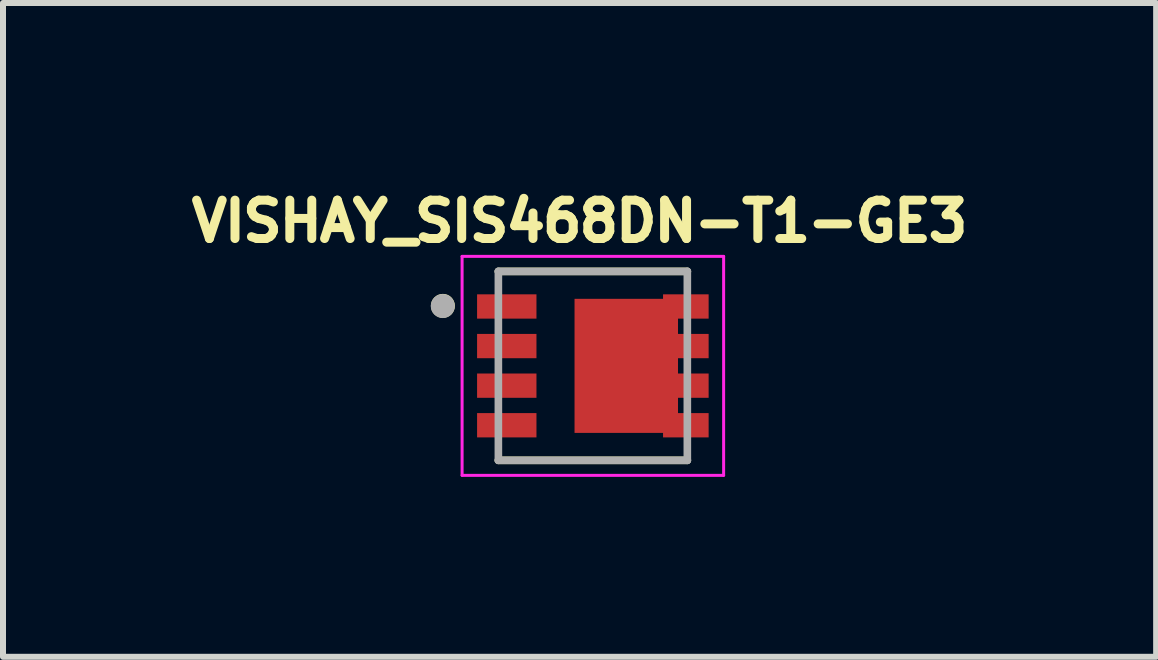
<source format=kicad_pcb>
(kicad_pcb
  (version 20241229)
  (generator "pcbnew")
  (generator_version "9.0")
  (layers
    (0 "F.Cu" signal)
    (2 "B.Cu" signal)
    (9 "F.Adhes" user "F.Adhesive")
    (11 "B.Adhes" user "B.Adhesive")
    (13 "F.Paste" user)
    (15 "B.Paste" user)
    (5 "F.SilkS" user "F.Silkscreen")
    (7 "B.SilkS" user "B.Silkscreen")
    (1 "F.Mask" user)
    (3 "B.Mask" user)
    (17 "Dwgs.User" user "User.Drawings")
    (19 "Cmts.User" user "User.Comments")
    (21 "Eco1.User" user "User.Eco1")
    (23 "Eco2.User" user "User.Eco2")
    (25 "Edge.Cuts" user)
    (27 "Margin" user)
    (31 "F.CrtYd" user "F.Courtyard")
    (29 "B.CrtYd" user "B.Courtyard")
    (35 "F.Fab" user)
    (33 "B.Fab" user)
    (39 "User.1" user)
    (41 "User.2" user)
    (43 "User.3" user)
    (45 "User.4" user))
  (footprint "VISHAY_SIS468DN-T1-GE3"
    (layer "F.Cu")
    (at 6.833 3.049)
    (property "Reference" "VISHAY_SIS468DN-T1-GE3" (at -0.221 -2.411 0) (layer "F.SilkS") (effects (font (size 0.64 0.64) (thickness 0.15))))
    (attr through_hole)
    (fp_line (start -1.575 -1.575) (end 1.575 -1.575) (stroke (width 0.127) (type solid)) (layer "F.SilkS"))
    (fp_line (start -1.575 1.575) (end 1.575 1.575) (stroke (width 0.127) (type solid)) (layer "F.SilkS"))
    (fp_circle (center -2.5 -1) (end -2.4 -1) (stroke (width 0.2) (type solid)) (fill no) (layer "F.SilkS"))
    (fp_line (start -2.18 -1.825) (end 2.18 -1.825) (stroke (width 0.05) (type solid)) (layer "F.CrtYd"))
    (fp_line (start -2.18 1.825) (end -2.18 -1.825) (stroke (width 0.05) (type solid)) (layer "F.CrtYd"))
    (fp_line (start 2.18 -1.825) (end 2.18 1.825) (stroke (width 0.05) (type solid)) (layer "F.CrtYd"))
    (fp_line (start 2.18 1.825) (end -2.18 1.825) (stroke (width 0.05) (type solid)) (layer "F.CrtYd"))
    (fp_line (start -1.575 -1.575) (end 1.575 -1.575) (stroke (width 0.127) (type solid)) (layer "F.Fab"))
    (fp_line (start -1.575 1.575) (end -1.575 -1.575) (stroke (width 0.127) (type solid)) (layer "F.Fab"))
    (fp_line (start 1.575 -1.575) (end 1.575 1.575) (stroke (width 0.127) (type solid)) (layer "F.Fab"))
    (fp_line (start 1.575 1.575) (end -1.575 1.575) (stroke (width 0.127) (type solid)) (layer "F.Fab"))
    (fp_circle (center -2.502 -0.997) (end -2.402 -0.997) (stroke (width 0.2) (type solid)) (fill no) (layer "F.Fab"))
    (pad "1" smd rect (at -1.435 -0.99) (size 0.99 0.405) (layers "F.Cu" "F.Mask" "F.Paste"))
    (pad "2" smd rect (at -1.435 -0.33) (size 0.99 0.405) (layers "F.Cu" "F.Mask" "F.Paste"))
    (pad "3" smd rect (at -1.435 0.33) (size 0.99 0.405) (layers "F.Cu" "F.Mask" "F.Paste"))
    (pad "4" smd rect (at -1.435 0.99) (size 0.99 0.405) (layers "F.Cu" "F.Mask" "F.Paste"))
    (pad "5" smd rect (at 1.55 0.99) (size 0.76 0.405) (layers "F.Cu" "F.Mask" "F.Paste"))
    (pad "6" smd rect (at 1.55 0.33) (size 0.76 0.405) (layers "F.Cu" "F.Mask" "F.Paste"))
    (pad "7" smd rect (at 1.55 -0.33) (size 0.76 0.405) (layers "F.Cu" "F.Mask" "F.Paste"))
    (pad "8" smd rect (at 1.55 -0.99) (size 0.76 0.405) (layers "F.Cu" "F.Mask" "F.Paste"))
    (pad "9" smd rect (at 0.557 0) (size 1.725 2.235) (layers "F.Cu" "F.Mask" "F.Paste")))
  (gr_rect
    (start -3 -3)
    (end 16.223 7.899)
    (stroke (width 0.1) (type default))
    (fill no)
    (layer "Edge.Cuts")))
</source>
